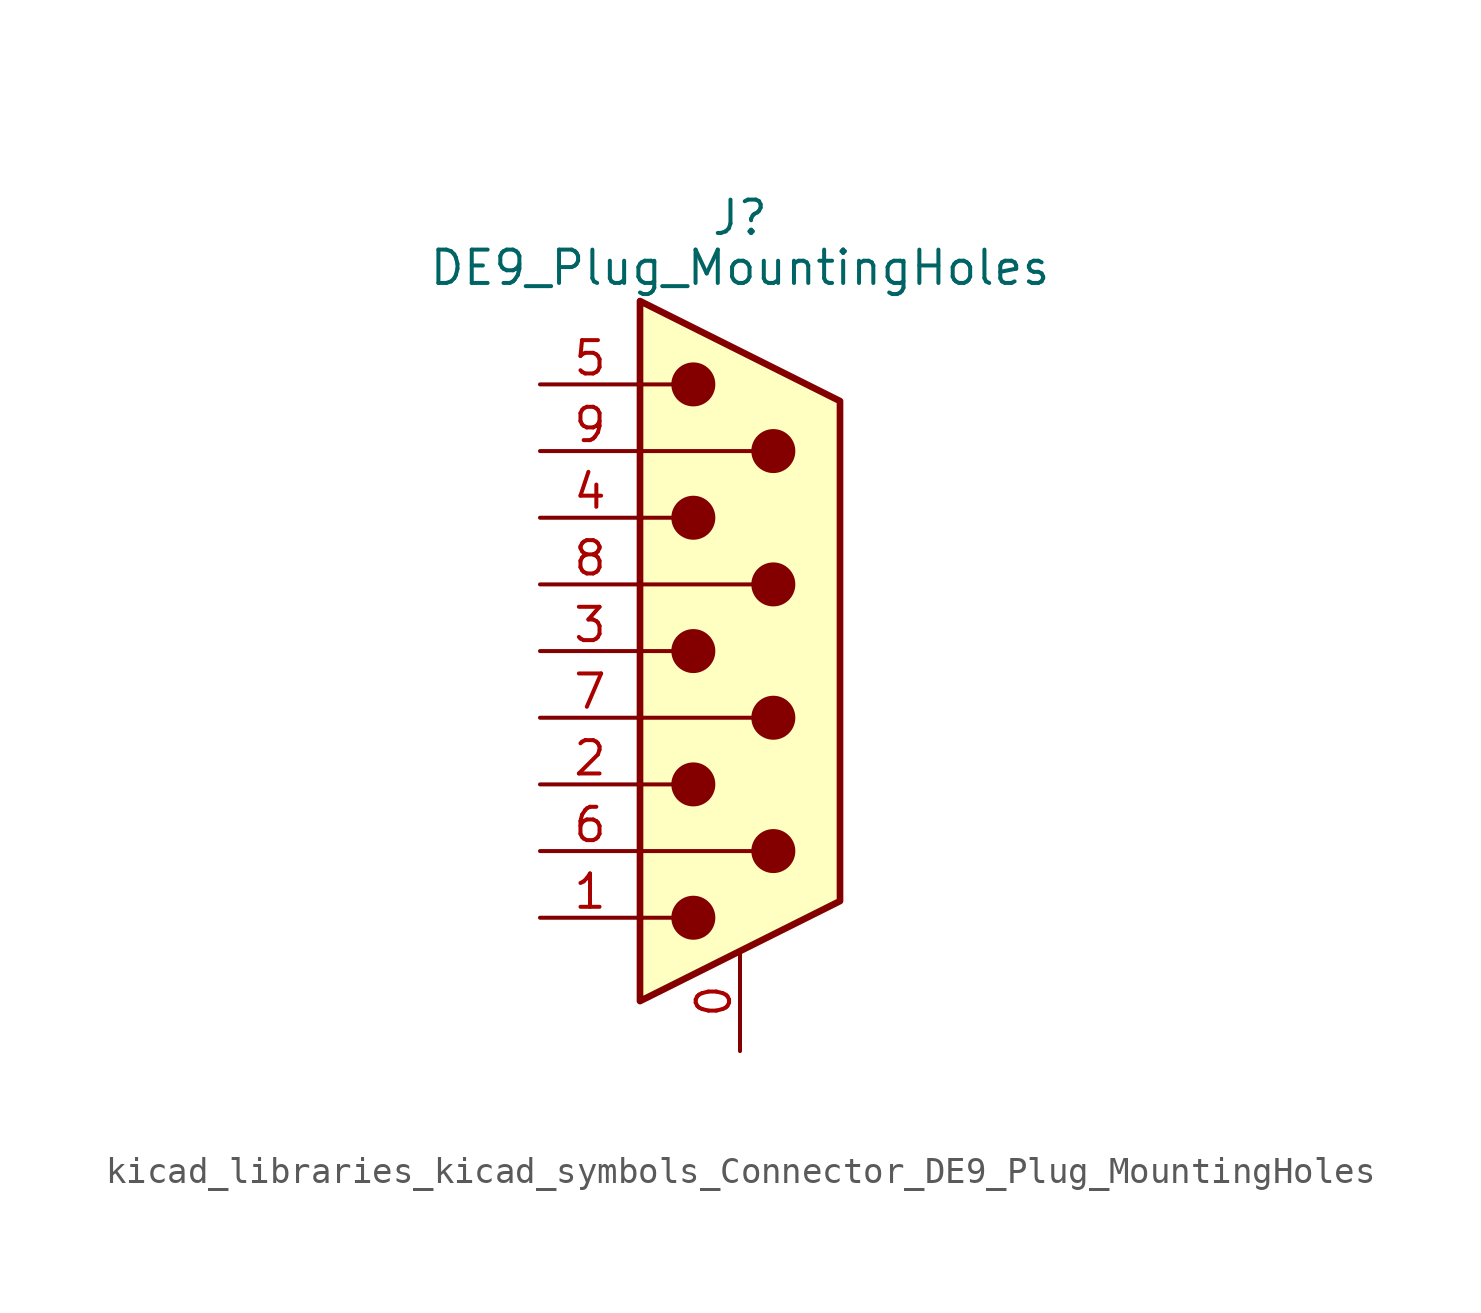
<source format=kicad_sym>
(kicad_symbol_lib
  (version 20220914)
  (generator kicad_symbol_editor)
  (symbol "kicad_libraries_kicad_symbols_Connector_DE9_Plug_MountingHoles"
    (pin_names
      (offset 1.016) hide)
    (property "Reference" "J"
      (at 0 16.51 0)
      (effects (font (size 1.27 1.27))))
    (property "Value" "DE9_Plug_MountingHoles"
      (at 0 14.605 0)
      (effects (font (size 1.27 1.27))))
    (symbol "kicad_libraries_kicad_symbols_Connector_DE9_Plug_MountingHoles_0_1"
      (circle (center -1.778 -10.16) (radius 0.762) (stroke (width 0) (type default)) (fill (type outline)))
      (circle (center -1.778 -5.08) (radius 0.762) (stroke (width 0) (type default)) (fill (type outline)))
      (circle (center -1.778 0) (radius 0.762) (stroke (width 0) (type default)) (fill (type outline)))
      (circle (center -1.778 5.08) (radius 0.762) (stroke (width 0) (type default)) (fill (type outline)))
      (circle (center -1.778 10.16) (radius 0.762) (stroke (width 0) (type default)) (fill (type outline)))
      (polyline (pts (xy -3.81 -10.16) (xy -2.54 -10.16)) (stroke (width 0) (type default)) (fill (type none)))
      (polyline (pts (xy -3.81 -7.62) (xy 0.508 -7.62)) (stroke (width 0) (type default)) (fill (type none)))
      (polyline (pts (xy -3.81 -5.08) (xy -2.54 -5.08)) (stroke (width 0) (type default)) (fill (type none)))
      (polyline (pts (xy -3.81 -2.54) (xy 0.508 -2.54)) (stroke (width 0) (type default)) (fill (type none)))
      (polyline (pts (xy -3.81 0) (xy -2.54 0)) (stroke (width 0) (type default)) (fill (type none)))
      (polyline (pts (xy -3.81 2.54) (xy 0.508 2.54)) (stroke (width 0) (type default)) (fill (type none)))
      (polyline (pts (xy -3.81 5.08) (xy -2.54 5.08)) (stroke (width 0) (type default)) (fill (type none)))
      (polyline (pts (xy -3.81 7.62) (xy 0.508 7.62)) (stroke (width 0) (type default)) (fill (type none)))
      (polyline (pts (xy -3.81 10.16) (xy -2.54 10.16)) (stroke (width 0) (type default)) (fill (type none)))
      (polyline (pts (xy -3.81 -13.335) (xy -3.81 13.335) (xy 3.81 9.525) (xy 3.81 -9.525) (xy -3.81 -13.335)) (stroke (width 0.254) (type default)) (fill (type background)))
      (circle (center 1.27 -7.62) (radius 0.762) (stroke (width 0) (type default)) (fill (type outline)))
      (circle (center 1.27 -2.54) (radius 0.762) (stroke (width 0) (type default)) (fill (type outline)))
      (circle (center 1.27 2.54) (radius 0.762) (stroke (width 0) (type default)) (fill (type outline)))
      (circle (center 1.27 7.62) (radius 0.762) (stroke (width 0) (type default)) (fill (type outline))))
    (symbol "kicad_libraries_kicad_symbols_Connector_DE9_Plug_MountingHoles_1_1"
      (pin passive line (at 0 -15.24 90) (length 3.81) (name "PAD" (effects (font (size 1.27 1.27)))) (number "0" (effects (font (size 1.27 1.27)))))
      (pin passive line (at -7.62 -10.16 0) (length 3.81) (name "1" (effects (font (size 1.27 1.27)))) (number "1" (effects (font (size 1.27 1.27)))))
      (pin passive line (at -7.62 -5.08 0) (length 3.81) (name "2" (effects (font (size 1.27 1.27)))) (number "2" (effects (font (size 1.27 1.27)))))
      (pin passive line (at -7.62 0 0) (length 3.81) (name "3" (effects (font (size 1.27 1.27)))) (number "3" (effects (font (size 1.27 1.27)))))
      (pin passive line (at -7.62 5.08 0) (length 3.81) (name "4" (effects (font (size 1.27 1.27)))) (number "4" (effects (font (size 1.27 1.27)))))
      (pin passive line (at -7.62 10.16 0) (length 3.81) (name "5" (effects (font (size 1.27 1.27)))) (number "5" (effects (font (size 1.27 1.27)))))
      (pin passive line (at -7.62 -7.62 0) (length 3.81) (name "6" (effects (font (size 1.27 1.27)))) (number "6" (effects (font (size 1.27 1.27)))))
      (pin passive line (at -7.62 -2.54 0) (length 3.81) (name "7" (effects (font (size 1.27 1.27)))) (number "7" (effects (font (size 1.27 1.27)))))
      (pin passive line (at -7.62 2.54 0) (length 3.81) (name "8" (effects (font (size 1.27 1.27)))) (number "8" (effects (font (size 1.27 1.27)))))
      (pin passive line (at -7.62 7.62 0) (length 3.81) (name "9" (effects (font (size 1.27 1.27)))) (number "9" (effects (font (size 1.27 1.27))))))))
</source>
